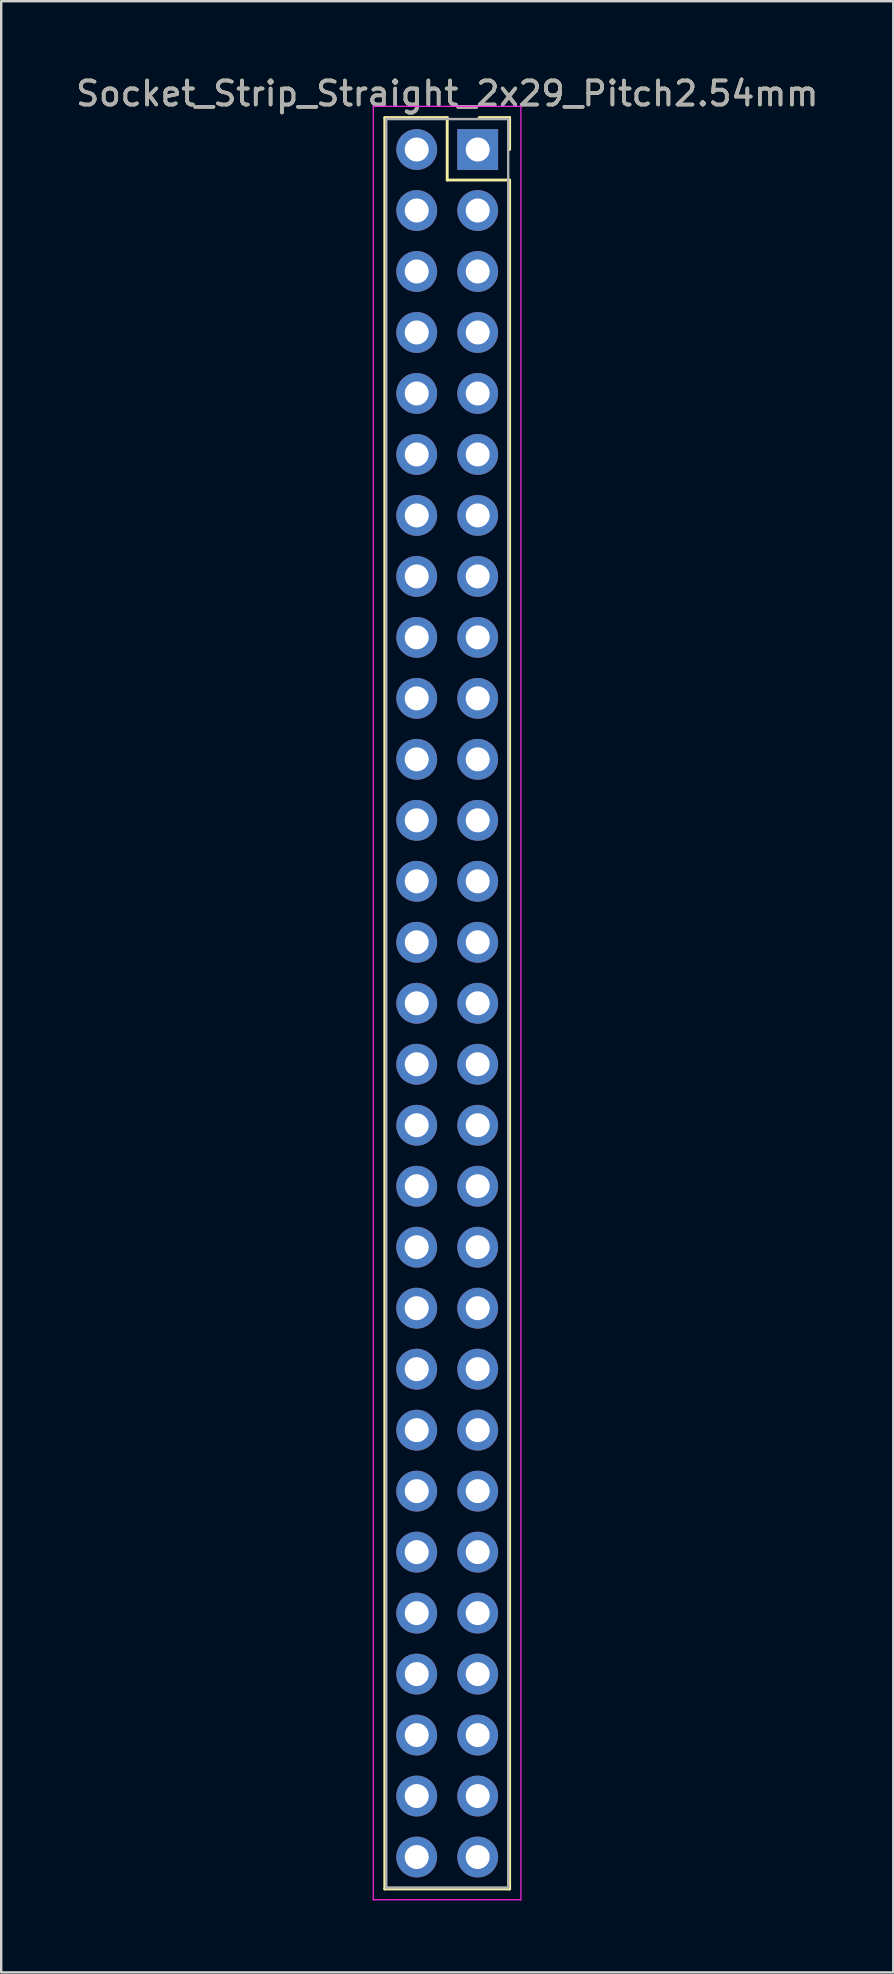
<source format=kicad_pcb>
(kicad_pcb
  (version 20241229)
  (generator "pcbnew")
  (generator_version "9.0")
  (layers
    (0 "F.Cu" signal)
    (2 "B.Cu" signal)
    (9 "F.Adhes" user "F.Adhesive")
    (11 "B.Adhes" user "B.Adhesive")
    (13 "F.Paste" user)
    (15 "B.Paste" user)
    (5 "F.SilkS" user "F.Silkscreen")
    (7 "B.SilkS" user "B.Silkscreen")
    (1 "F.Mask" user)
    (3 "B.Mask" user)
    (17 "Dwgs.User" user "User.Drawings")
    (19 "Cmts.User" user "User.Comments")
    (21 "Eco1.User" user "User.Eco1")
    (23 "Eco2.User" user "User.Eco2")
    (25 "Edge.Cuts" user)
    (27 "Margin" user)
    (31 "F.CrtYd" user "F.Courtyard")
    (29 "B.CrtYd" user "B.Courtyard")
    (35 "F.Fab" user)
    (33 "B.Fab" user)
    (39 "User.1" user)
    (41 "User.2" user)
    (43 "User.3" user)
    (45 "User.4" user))
  (footprint "Socket_Strip_Straight_2x29_Pitch2.54mm"
    (layer "F.Cu")
    (at 16.847 3.178)
    (property "Reference" "Socket_Strip_Straight_2x29_Pitch2.54mm" (at -1.27 -2.33 0) (layer "F.SilkS") (effects (font (size 1 1) (thickness 0.15))))
    (attr through_hole)
    (fp_line (start -3.87 -1.33) (end -1.27 -1.33) (stroke (width 0.12) (type solid)) (layer "F.SilkS"))
    (fp_line (start -3.87 72.45) (end -3.87 -1.33) (stroke (width 0.12) (type solid)) (layer "F.SilkS"))
    (fp_line (start -1.27 -1.33) (end -1.27 1.27) (stroke (width 0.12) (type solid)) (layer "F.SilkS"))
    (fp_line (start -1.27 1.27) (end 1.33 1.27) (stroke (width 0.12) (type solid)) (layer "F.SilkS"))
    (fp_line (start 1.33 -1.33) (end 0.06 -1.33) (stroke (width 0.12) (type solid)) (layer "F.SilkS"))
    (fp_line (start 1.33 0) (end 1.33 -1.33) (stroke (width 0.12) (type solid)) (layer "F.SilkS"))
    (fp_line (start 1.33 1.27) (end 1.33 72.45) (stroke (width 0.12) (type solid)) (layer "F.SilkS"))
    (fp_line (start 1.33 72.45) (end -3.87 72.45) (stroke (width 0.12) (type solid)) (layer "F.SilkS"))
    (fp_line (start -4.35 -1.8) (end -4.35 72.9) (stroke (width 0.05) (type solid)) (layer "F.CrtYd"))
    (fp_line (start -4.35 72.9) (end 1.8 72.9) (stroke (width 0.05) (type solid)) (layer "F.CrtYd"))
    (fp_line (start 1.8 -1.8) (end -4.35 -1.8) (stroke (width 0.05) (type solid)) (layer "F.CrtYd"))
    (fp_line (start 1.8 72.9) (end 1.8 -1.8) (stroke (width 0.05) (type solid)) (layer "F.CrtYd"))
    (fp_line (start -3.81 -1.27) (end -3.81 72.39) (stroke (width 0.1) (type solid)) (layer "F.Fab"))
    (fp_line (start -3.81 72.39) (end 1.27 72.39) (stroke (width 0.1) (type solid)) (layer "F.Fab"))
    (fp_line (start 1.27 -1.27) (end -3.81 -1.27) (stroke (width 0.1) (type solid)) (layer "F.Fab"))
    (fp_line (start 1.27 72.39) (end 1.27 -1.27) (stroke (width 0.1) (type solid)) (layer "F.Fab"))
    (fp_text user "${REFERENCE}" (at -1.27 -2.33 0) (layer "F.Fab") (effects (font (size 1 1) (thickness 0.15))))
    (pad "1" thru_hole rect (at 0 0) (size 1.7 1.7) (drill 1) (layers "*.Cu" "*.Mask"))
    (pad "2" thru_hole oval (at -2.54 0) (size 1.7 1.7) (drill 1) (layers "*.Cu" "*.Mask"))
    (pad "3" thru_hole oval (at 0 2.54) (size 1.7 1.7) (drill 1) (layers "*.Cu" "*.Mask"))
    (pad "4" thru_hole oval (at -2.54 2.54) (size 1.7 1.7) (drill 1) (layers "*.Cu" "*.Mask"))
    (pad "5" thru_hole oval (at 0 5.08) (size 1.7 1.7) (drill 1) (layers "*.Cu" "*.Mask"))
    (pad "6" thru_hole oval (at -2.54 5.08) (size 1.7 1.7) (drill 1) (layers "*.Cu" "*.Mask"))
    (pad "7" thru_hole oval (at 0 7.62) (size 1.7 1.7) (drill 1) (layers "*.Cu" "*.Mask"))
    (pad "8" thru_hole oval (at -2.54 7.62) (size 1.7 1.7) (drill 1) (layers "*.Cu" "*.Mask"))
    (pad "9" thru_hole oval (at 0 10.16) (size 1.7 1.7) (drill 1) (layers "*.Cu" "*.Mask"))
    (pad "10" thru_hole oval (at -2.54 10.16) (size 1.7 1.7) (drill 1) (layers "*.Cu" "*.Mask"))
    (pad "11" thru_hole oval (at 0 12.7) (size 1.7 1.7) (drill 1) (layers "*.Cu" "*.Mask"))
    (pad "12" thru_hole oval (at -2.54 12.7) (size 1.7 1.7) (drill 1) (layers "*.Cu" "*.Mask"))
    (pad "13" thru_hole oval (at 0 15.24) (size 1.7 1.7) (drill 1) (layers "*.Cu" "*.Mask"))
    (pad "14" thru_hole oval (at -2.54 15.24) (size 1.7 1.7) (drill 1) (layers "*.Cu" "*.Mask"))
    (pad "15" thru_hole oval (at 0 17.78) (size 1.7 1.7) (drill 1) (layers "*.Cu" "*.Mask"))
    (pad "16" thru_hole oval (at -2.54 17.78) (size 1.7 1.7) (drill 1) (layers "*.Cu" "*.Mask"))
    (pad "17" thru_hole oval (at 0 20.32) (size 1.7 1.7) (drill 1) (layers "*.Cu" "*.Mask"))
    (pad "18" thru_hole oval (at -2.54 20.32) (size 1.7 1.7) (drill 1) (layers "*.Cu" "*.Mask"))
    (pad "19" thru_hole oval (at 0 22.86) (size 1.7 1.7) (drill 1) (layers "*.Cu" "*.Mask"))
    (pad "20" thru_hole oval (at -2.54 22.86) (size 1.7 1.7) (drill 1) (layers "*.Cu" "*.Mask"))
    (pad "21" thru_hole oval (at 0 25.4) (size 1.7 1.7) (drill 1) (layers "*.Cu" "*.Mask"))
    (pad "22" thru_hole oval (at -2.54 25.4) (size 1.7 1.7) (drill 1) (layers "*.Cu" "*.Mask"))
    (pad "23" thru_hole oval (at 0 27.94) (size 1.7 1.7) (drill 1) (layers "*.Cu" "*.Mask"))
    (pad "24" thru_hole oval (at -2.54 27.94) (size 1.7 1.7) (drill 1) (layers "*.Cu" "*.Mask"))
    (pad "25" thru_hole oval (at 0 30.48) (size 1.7 1.7) (drill 1) (layers "*.Cu" "*.Mask"))
    (pad "26" thru_hole oval (at -2.54 30.48) (size 1.7 1.7) (drill 1) (layers "*.Cu" "*.Mask"))
    (pad "27" thru_hole oval (at 0 33.02) (size 1.7 1.7) (drill 1) (layers "*.Cu" "*.Mask"))
    (pad "28" thru_hole oval (at -2.54 33.02) (size 1.7 1.7) (drill 1) (layers "*.Cu" "*.Mask"))
    (pad "29" thru_hole oval (at 0 35.56) (size 1.7 1.7) (drill 1) (layers "*.Cu" "*.Mask"))
    (pad "30" thru_hole oval (at -2.54 35.56) (size 1.7 1.7) (drill 1) (layers "*.Cu" "*.Mask"))
    (pad "31" thru_hole oval (at 0 38.1) (size 1.7 1.7) (drill 1) (layers "*.Cu" "*.Mask"))
    (pad "32" thru_hole oval (at -2.54 38.1) (size 1.7 1.7) (drill 1) (layers "*.Cu" "*.Mask"))
    (pad "33" thru_hole oval (at 0 40.64) (size 1.7 1.7) (drill 1) (layers "*.Cu" "*.Mask"))
    (pad "34" thru_hole oval (at -2.54 40.64) (size 1.7 1.7) (drill 1) (layers "*.Cu" "*.Mask"))
    (pad "35" thru_hole oval (at 0 43.18) (size 1.7 1.7) (drill 1) (layers "*.Cu" "*.Mask"))
    (pad "36" thru_hole oval (at -2.54 43.18) (size 1.7 1.7) (drill 1) (layers "*.Cu" "*.Mask"))
    (pad "37" thru_hole oval (at 0 45.72) (size 1.7 1.7) (drill 1) (layers "*.Cu" "*.Mask"))
    (pad "38" thru_hole oval (at -2.54 45.72) (size 1.7 1.7) (drill 1) (layers "*.Cu" "*.Mask"))
    (pad "39" thru_hole oval (at 0 48.26) (size 1.7 1.7) (drill 1) (layers "*.Cu" "*.Mask"))
    (pad "40" thru_hole oval (at -2.54 48.26) (size 1.7 1.7) (drill 1) (layers "*.Cu" "*.Mask"))
    (pad "41" thru_hole oval (at 0 50.8) (size 1.7 1.7) (drill 1) (layers "*.Cu" "*.Mask"))
    (pad "42" thru_hole oval (at -2.54 50.8) (size 1.7 1.7) (drill 1) (layers "*.Cu" "*.Mask"))
    (pad "43" thru_hole oval (at 0 53.34) (size 1.7 1.7) (drill 1) (layers "*.Cu" "*.Mask"))
    (pad "44" thru_hole oval (at -2.54 53.34) (size 1.7 1.7) (drill 1) (layers "*.Cu" "*.Mask"))
    (pad "45" thru_hole oval (at 0 55.88) (size 1.7 1.7) (drill 1) (layers "*.Cu" "*.Mask"))
    (pad "46" thru_hole oval (at -2.54 55.88) (size 1.7 1.7) (drill 1) (layers "*.Cu" "*.Mask"))
    (pad "47" thru_hole oval (at 0 58.42) (size 1.7 1.7) (drill 1) (layers "*.Cu" "*.Mask"))
    (pad "48" thru_hole oval (at -2.54 58.42) (size 1.7 1.7) (drill 1) (layers "*.Cu" "*.Mask"))
    (pad "49" thru_hole oval (at 0 60.96) (size 1.7 1.7) (drill 1) (layers "*.Cu" "*.Mask"))
    (pad "50" thru_hole oval (at -2.54 60.96) (size 1.7 1.7) (drill 1) (layers "*.Cu" "*.Mask"))
    (pad "51" thru_hole oval (at 0 63.5) (size 1.7 1.7) (drill 1) (layers "*.Cu" "*.Mask"))
    (pad "52" thru_hole oval (at -2.54 63.5) (size 1.7 1.7) (drill 1) (layers "*.Cu" "*.Mask"))
    (pad "53" thru_hole oval (at 0 66.04) (size 1.7 1.7) (drill 1) (layers "*.Cu" "*.Mask"))
    (pad "54" thru_hole oval (at -2.54 66.04) (size 1.7 1.7) (drill 1) (layers "*.Cu" "*.Mask"))
    (pad "55" thru_hole oval (at 0 68.58) (size 1.7 1.7) (drill 1) (layers "*.Cu" "*.Mask"))
    (pad "56" thru_hole oval (at -2.54 68.58) (size 1.7 1.7) (drill 1) (layers "*.Cu" "*.Mask"))
    (pad "57" thru_hole oval (at 0 71.12) (size 1.7 1.7) (drill 1) (layers "*.Cu" "*.Mask"))
    (pad "58" thru_hole oval (at -2.54 71.12) (size 1.7 1.7) (drill 1) (layers "*.Cu" "*.Mask")))
  (gr_rect
    (start -3 -3)
    (end 34.155 79.103)
    (stroke (width 0.1) (type default))
    (fill no)
    (layer "Edge.Cuts")))
</source>
